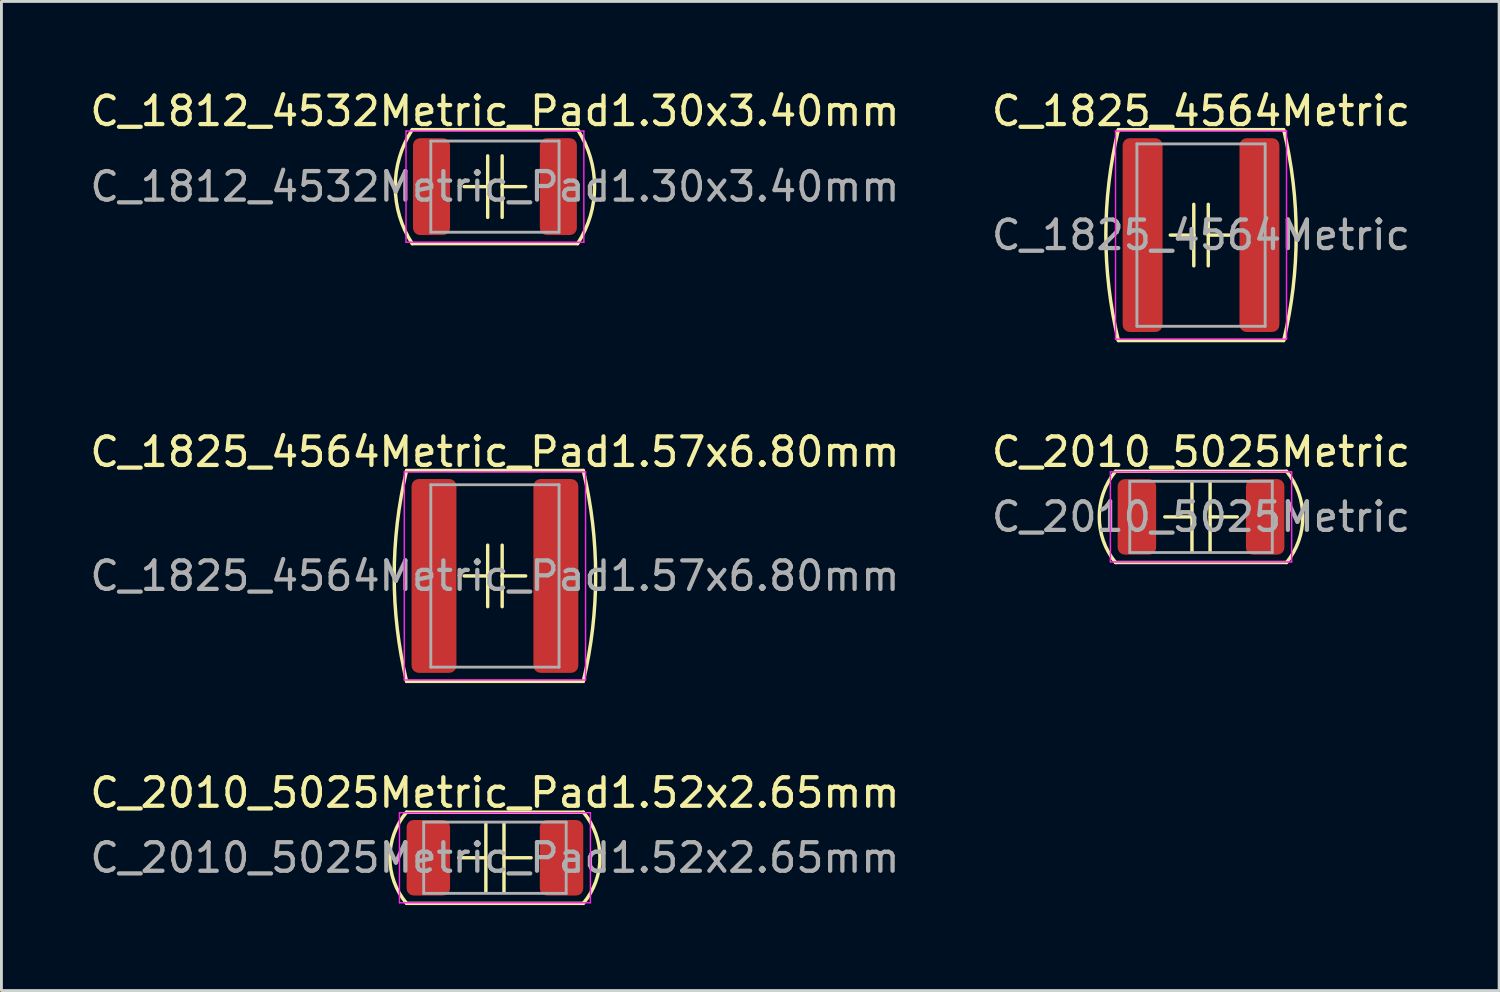
<source format=kicad_pcb>
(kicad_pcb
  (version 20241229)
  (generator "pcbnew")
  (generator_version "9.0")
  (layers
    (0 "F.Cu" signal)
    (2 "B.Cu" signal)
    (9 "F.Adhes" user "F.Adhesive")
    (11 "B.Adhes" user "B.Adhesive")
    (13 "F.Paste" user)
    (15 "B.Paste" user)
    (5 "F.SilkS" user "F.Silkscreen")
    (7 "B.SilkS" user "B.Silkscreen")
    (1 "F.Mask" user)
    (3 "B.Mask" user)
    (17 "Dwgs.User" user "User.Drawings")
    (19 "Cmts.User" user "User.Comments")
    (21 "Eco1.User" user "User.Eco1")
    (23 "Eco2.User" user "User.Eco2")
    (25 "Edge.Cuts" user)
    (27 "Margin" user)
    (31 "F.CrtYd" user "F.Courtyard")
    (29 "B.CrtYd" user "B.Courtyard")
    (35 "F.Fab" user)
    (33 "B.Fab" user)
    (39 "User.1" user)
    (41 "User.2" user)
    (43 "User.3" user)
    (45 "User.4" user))
  (footprint "C_1812_4532Metric_Pad1.30x3.40mm"
    (layer "F.Cu")
    (at 14.315 3.498)
    (property "Reference" "C_1812_4532Metric_Pad1.30x3.40mm" (at 0 -2.65 0) (layer "F.SilkS") (effects (font (size 1 1) (thickness 0.15))))
    (attr smd)
    (fp_line (start -2.9 2) (end 2.9 2) (stroke (width 0.12) (type solid)) (layer "F.SilkS"))
    (fp_line (start -0.254 -1.079) (end -0.254 0) (stroke (width 0.12) (type solid)) (layer "F.SilkS"))
    (fp_line (start -0.254 0) (end -1.079 0) (stroke (width 0.12) (type solid)) (layer "F.SilkS"))
    (fp_line (start -0.254 0) (end -0.254 1.079) (stroke (width 0.12) (type solid)) (layer "F.SilkS"))
    (fp_line (start 0.254 -1.079) (end 0.254 0) (stroke (width 0.12) (type solid)) (layer "F.SilkS"))
    (fp_line (start 0.254 0) (end 0.254 1.079) (stroke (width 0.12) (type solid)) (layer "F.SilkS"))
    (fp_line (start 0.254 0) (end 1.079 0) (stroke (width 0.12) (type solid)) (layer "F.SilkS"))
    (fp_line (start 2.9 -2) (end -2.9 -2) (stroke (width 0.12) (type solid)) (layer "F.SilkS"))
    (fp_arc (start -2.9 2) (mid -3.496884 0) (end -2.9 -2) (stroke (width 0.12) (type solid)) (layer "F.SilkS"))
    (fp_arc (start 2.9 -2) (mid 3.496884 0) (end 2.9 2) (stroke (width 0.12) (type solid)) (layer "F.SilkS"))
    (fp_line (start -3.12 -1.95) (end 3.12 -1.95) (stroke (width 0.05) (type solid)) (layer "F.CrtYd"))
    (fp_line (start -3.12 1.95) (end -3.12 -1.95) (stroke (width 0.05) (type solid)) (layer "F.CrtYd"))
    (fp_line (start 3.12 -1.95) (end 3.12 1.95) (stroke (width 0.05) (type solid)) (layer "F.CrtYd"))
    (fp_line (start 3.12 1.95) (end -3.12 1.95) (stroke (width 0.05) (type solid)) (layer "F.CrtYd"))
    (fp_line (start -2.25 -1.6) (end 2.25 -1.6) (stroke (width 0.1) (type solid)) (layer "F.Fab"))
    (fp_line (start -2.25 1.6) (end -2.25 -1.6) (stroke (width 0.1) (type solid)) (layer "F.Fab"))
    (fp_line (start 2.25 -1.6) (end 2.25 1.6) (stroke (width 0.1) (type solid)) (layer "F.Fab"))
    (fp_line (start 2.25 1.6) (end -2.25 1.6) (stroke (width 0.1) (type solid)) (layer "F.Fab"))
    (fp_text user "${REFERENCE}" (at 0 0 0) (layer "F.Fab") (effects (font (size 1 1) (thickness 0.15))))
    (pad "1" smd roundrect (at -2.225 0) (size 1.3 3.4) (layers "F.Cu" "F.Mask" "F.Paste") (roundrect_rratio 0.192))
    (pad "2" smd roundrect (at 2.225 0) (size 1.3 3.4) (layers "F.Cu" "F.Mask" "F.Paste") (roundrect_rratio 0.192)))
  (footprint "C_2010_5025Metric"
    (layer "F.Cu")
    (at 39.089 15.086)
    (property "Reference" "C_2010_5025Metric" (at 0 -2.28 0) (layer "F.SilkS") (effects (font (size 1 1) (thickness 0.15))))
    (attr smd)
    (fp_line (start -3 1.6) (end 3 1.6) (stroke (width 0.12) (type solid)) (layer "F.SilkS"))
    (fp_line (start -0.318 -1.206) (end -0.318 1.206) (stroke (width 0.12) (type solid)) (layer "F.SilkS"))
    (fp_line (start -0.318 0) (end -1.27 0) (stroke (width 0.12) (type solid)) (layer "F.SilkS"))
    (fp_line (start 0.318 -1.206) (end 0.318 1.206) (stroke (width 0.12) (type solid)) (layer "F.SilkS"))
    (fp_line (start 0.318 0) (end 1.27 0) (stroke (width 0.12) (type solid)) (layer "F.SilkS"))
    (fp_line (start 3 -1.6) (end -3 -1.6) (stroke (width 0.12) (type solid)) (layer "F.SilkS"))
    (fp_arc (start -3 1.6) (mid -3.570495 0) (end -3 -1.6) (stroke (width 0.12) (type solid)) (layer "F.SilkS"))
    (fp_arc (start 3 -1.6) (mid 3.570495 0) (end 3 1.6) (stroke (width 0.12) (type solid)) (layer "F.SilkS"))
    (fp_line (start -3.18 -1.58) (end 3.18 -1.58) (stroke (width 0.05) (type solid)) (layer "F.CrtYd"))
    (fp_line (start -3.18 1.58) (end -3.18 -1.58) (stroke (width 0.05) (type solid)) (layer "F.CrtYd"))
    (fp_line (start 3.18 -1.58) (end 3.18 1.58) (stroke (width 0.05) (type solid)) (layer "F.CrtYd"))
    (fp_line (start 3.18 1.58) (end -3.18 1.58) (stroke (width 0.05) (type solid)) (layer "F.CrtYd"))
    (fp_line (start -2.5 -1.25) (end 2.5 -1.25) (stroke (width 0.1) (type solid)) (layer "F.Fab"))
    (fp_line (start -2.5 1.25) (end -2.5 -1.25) (stroke (width 0.1) (type solid)) (layer "F.Fab"))
    (fp_line (start 2.5 -1.25) (end 2.5 1.25) (stroke (width 0.1) (type solid)) (layer "F.Fab"))
    (fp_line (start 2.5 1.25) (end -2.5 1.25) (stroke (width 0.1) (type solid)) (layer "F.Fab"))
    (fp_text user "${REFERENCE}" (at 0 0 0) (layer "F.Fab") (effects (font (size 1 1) (thickness 0.15))))
    (pad "1" smd roundrect (at -2.25 0) (size 1.35 2.65) (layers "F.Cu" "F.Mask" "F.Paste") (roundrect_rratio 0.185))
    (pad "2" smd roundrect (at 2.25 0) (size 1.35 2.65) (layers "F.Cu" "F.Mask" "F.Paste") (roundrect_rratio 0.185)))
  (footprint "C_1825_4564Metric_Pad1.57x6.80mm"
    (layer "F.Cu")
    (at 14.315 17.157)
    (property "Reference" "C_1825_4564Metric_Pad1.57x6.80mm" (at 0 -4.35 0) (layer "F.SilkS") (effects (font (size 1 1) (thickness 0.15))))
    (attr smd)
    (fp_line (start -3.1 3.7) (end 3.1 3.7) (stroke (width 0.12) (type solid)) (layer "F.SilkS"))
    (fp_line (start -0.254 -1.079) (end -0.254 0) (stroke (width 0.12) (type solid)) (layer "F.SilkS"))
    (fp_line (start -0.254 0) (end -1.079 0) (stroke (width 0.12) (type solid)) (layer "F.SilkS"))
    (fp_line (start -0.254 0) (end -0.254 1.079) (stroke (width 0.12) (type solid)) (layer "F.SilkS"))
    (fp_line (start 0.254 -1.079) (end 0.254 0) (stroke (width 0.12) (type solid)) (layer "F.SilkS"))
    (fp_line (start 0.254 0) (end 0.254 1.079) (stroke (width 0.12) (type solid)) (layer "F.SilkS"))
    (fp_line (start 0.254 0) (end 1.079 0) (stroke (width 0.12) (type solid)) (layer "F.SilkS"))
    (fp_line (start 3.1 -3.7) (end -3.1 -3.7) (stroke (width 0.12) (type solid)) (layer "F.SilkS"))
    (fp_arc (start -3.1 3.7) (mid -3.534477 0) (end -3.1 -3.7) (stroke (width 0.12) (type solid)) (layer "F.SilkS"))
    (fp_arc (start 3.1 -3.7) (mid 3.534477 0) (end 3.1 3.7) (stroke (width 0.12) (type solid)) (layer "F.SilkS"))
    (fp_line (start -3.18 -3.65) (end 3.18 -3.65) (stroke (width 0.05) (type solid)) (layer "F.CrtYd"))
    (fp_line (start -3.18 3.65) (end -3.18 -3.65) (stroke (width 0.05) (type solid)) (layer "F.CrtYd"))
    (fp_line (start 3.18 -3.65) (end 3.18 3.65) (stroke (width 0.05) (type solid)) (layer "F.CrtYd"))
    (fp_line (start 3.18 3.65) (end -3.18 3.65) (stroke (width 0.05) (type solid)) (layer "F.CrtYd"))
    (fp_line (start -2.25 -3.2) (end 2.25 -3.2) (stroke (width 0.1) (type solid)) (layer "F.Fab"))
    (fp_line (start -2.25 3.2) (end -2.25 -3.2) (stroke (width 0.1) (type solid)) (layer "F.Fab"))
    (fp_line (start 2.25 -3.2) (end 2.25 3.2) (stroke (width 0.1) (type solid)) (layer "F.Fab"))
    (fp_line (start 2.25 3.2) (end -2.25 3.2) (stroke (width 0.1) (type solid)) (layer "F.Fab"))
    (fp_text user "${REFERENCE}" (at 0 0 0) (layer "F.Fab") (effects (font (size 1 1) (thickness 0.15))))
    (pad "1" smd roundrect (at -2.138 0) (size 1.575 6.8) (layers "F.Cu" "F.Mask" "F.Paste") (roundrect_rratio 0.159))
    (pad "2" smd roundrect (at 2.138 0) (size 1.575 6.8) (layers "F.Cu" "F.Mask" "F.Paste") (roundrect_rratio 0.159)))
  (footprint "C_1825_4564Metric"
    (layer "F.Cu")
    (at 39.089 5.198)
    (property "Reference" "C_1825_4564Metric" (at 0 -4.35 0) (layer "F.SilkS") (effects (font (size 1 1) (thickness 0.15))))
    (attr smd)
    (fp_line (start -2.9 3.7) (end 2.9 3.7) (stroke (width 0.12) (type solid)) (layer "F.SilkS"))
    (fp_line (start -0.254 -1.079) (end -0.254 0) (stroke (width 0.12) (type solid)) (layer "F.SilkS"))
    (fp_line (start -0.254 0) (end -1.079 0) (stroke (width 0.12) (type solid)) (layer "F.SilkS"))
    (fp_line (start -0.254 0) (end -0.254 1.079) (stroke (width 0.12) (type solid)) (layer "F.SilkS"))
    (fp_line (start 0.254 -1.079) (end 0.254 0) (stroke (width 0.12) (type solid)) (layer "F.SilkS"))
    (fp_line (start 0.254 0) (end 0.254 1.079) (stroke (width 0.12) (type solid)) (layer "F.SilkS"))
    (fp_line (start 0.254 0) (end 1.079 0) (stroke (width 0.12) (type solid)) (layer "F.SilkS"))
    (fp_line (start 2.9 -3.7) (end -2.9 -3.7) (stroke (width 0.12) (type solid)) (layer "F.SilkS"))
    (fp_arc (start -2.9 3.7) (mid -3.339253 0) (end -2.9 -3.7) (stroke (width 0.12) (type solid)) (layer "F.SilkS"))
    (fp_arc (start 2.9 -3.7) (mid 3.339253 0) (end 2.9 3.7) (stroke (width 0.12) (type solid)) (layer "F.SilkS"))
    (fp_line (start -3 -3.65) (end 3 -3.65) (stroke (width 0.05) (type solid)) (layer "F.CrtYd"))
    (fp_line (start -3 3.65) (end -3 -3.65) (stroke (width 0.05) (type solid)) (layer "F.CrtYd"))
    (fp_line (start 3 -3.65) (end 3 3.65) (stroke (width 0.05) (type solid)) (layer "F.CrtYd"))
    (fp_line (start 3 3.65) (end -3 3.65) (stroke (width 0.05) (type solid)) (layer "F.CrtYd"))
    (fp_line (start -2.25 -3.2) (end 2.25 -3.2) (stroke (width 0.1) (type solid)) (layer "F.Fab"))
    (fp_line (start -2.25 3.2) (end -2.25 -3.2) (stroke (width 0.1) (type solid)) (layer "F.Fab"))
    (fp_line (start 2.25 -3.2) (end 2.25 3.2) (stroke (width 0.1) (type solid)) (layer "F.Fab"))
    (fp_line (start 2.25 3.2) (end -2.25 3.2) (stroke (width 0.1) (type solid)) (layer "F.Fab"))
    (fp_text user "${REFERENCE}" (at 0 0 0) (layer "F.Fab") (effects (font (size 1 1) (thickness 0.15))))
    (pad "1" smd roundrect (at -2.05 0) (size 1.4 6.8) (layers "F.Cu" "F.Mask" "F.Paste") (roundrect_rratio 0.179))
    (pad "2" smd roundrect (at 2.05 0) (size 1.4 6.8) (layers "F.Cu" "F.Mask" "F.Paste") (roundrect_rratio 0.179)))
  (footprint "C_2010_5025Metric_Pad1.52x2.65mm"
    (layer "F.Cu")
    (at 14.315 27.045)
    (property "Reference" "C_2010_5025Metric_Pad1.52x2.65mm" (at 0 -2.28 0) (layer "F.SilkS") (effects (font (size 1 1) (thickness 0.15))))
    (attr smd)
    (fp_line (start -3.1 1.6) (end 3.1 1.6) (stroke (width 0.12) (type solid)) (layer "F.SilkS"))
    (fp_line (start -0.318 -1.206) (end -0.318 1.206) (stroke (width 0.12) (type solid)) (layer "F.SilkS"))
    (fp_line (start -0.318 0) (end -1.27 0) (stroke (width 0.12) (type solid)) (layer "F.SilkS"))
    (fp_line (start 0.318 -1.206) (end 0.318 1.206) (stroke (width 0.12) (type solid)) (layer "F.SilkS"))
    (fp_line (start 0.318 0) (end 1.27 0) (stroke (width 0.12) (type solid)) (layer "F.SilkS"))
    (fp_line (start 3.1 -1.6) (end -3.1 -1.6) (stroke (width 0.12) (type solid)) (layer "F.SilkS"))
    (fp_arc (start -3.1 1.6) (mid -3.685817 0) (end -3.1 -1.6) (stroke (width 0.12) (type solid)) (layer "F.SilkS"))
    (fp_arc (start 3.1 -1.6) (mid 3.685817 0) (end 3.1 1.6) (stroke (width 0.12) (type solid)) (layer "F.SilkS"))
    (fp_line (start -3.35 -1.58) (end 3.35 -1.58) (stroke (width 0.05) (type solid)) (layer "F.CrtYd"))
    (fp_line (start -3.35 1.58) (end -3.35 -1.58) (stroke (width 0.05) (type solid)) (layer "F.CrtYd"))
    (fp_line (start 3.35 -1.58) (end 3.35 1.58) (stroke (width 0.05) (type solid)) (layer "F.CrtYd"))
    (fp_line (start 3.35 1.58) (end -3.35 1.58) (stroke (width 0.05) (type solid)) (layer "F.CrtYd"))
    (fp_line (start -2.5 -1.25) (end 2.5 -1.25) (stroke (width 0.1) (type solid)) (layer "F.Fab"))
    (fp_line (start -2.5 1.25) (end -2.5 -1.25) (stroke (width 0.1) (type solid)) (layer "F.Fab"))
    (fp_line (start 2.5 -1.25) (end 2.5 1.25) (stroke (width 0.1) (type solid)) (layer "F.Fab"))
    (fp_line (start 2.5 1.25) (end -2.5 1.25) (stroke (width 0.1) (type solid)) (layer "F.Fab"))
    (fp_text user "${REFERENCE}" (at 0 0 0) (layer "F.Fab") (effects (font (size 1 1) (thickness 0.15))))
    (pad "1" smd roundrect (at -2.337 0) (size 1.525 2.65) (layers "F.Cu" "F.Mask" "F.Paste") (roundrect_rratio 0.164))
    (pad "2" smd roundrect (at 2.337 0) (size 1.525 2.65) (layers "F.Cu" "F.Mask" "F.Paste") (roundrect_rratio 0.164)))
  (gr_rect
    (start -3 -3)
    (end 49.548 31.705)
    (stroke (width 0.1) (type default))
    (fill no)
    (layer "Edge.Cuts")))
</source>
